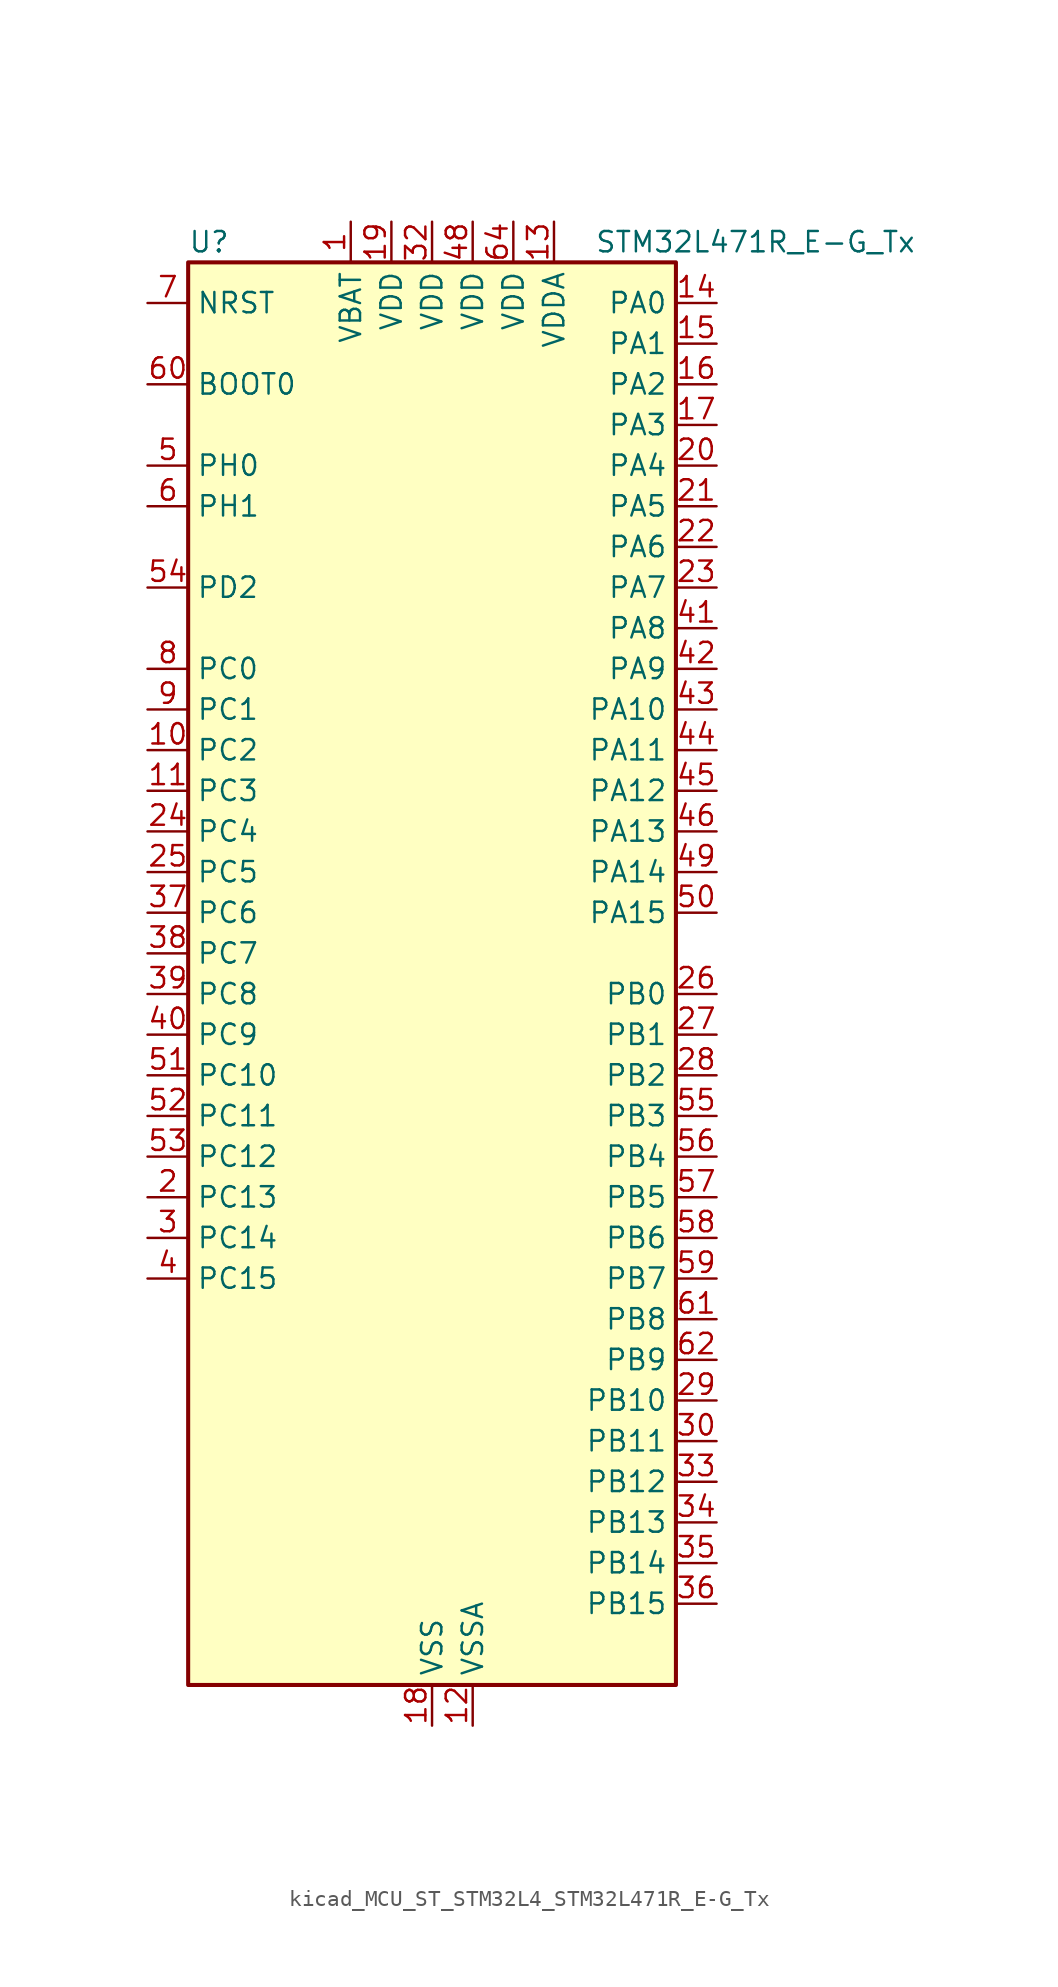
<source format=kicad_sym>
(kicad_symbol_lib
  (version 20220914)
  (generator kicad_symbol_editor)
  (symbol "kicad_MCU_ST_STM32L4_STM32L471R_E-G_Tx"
    (property "Reference" "U"
      (at -15.24 46.99 0)
      (effects (font (size 1.27 1.27)) (justify left)))
    (property "Value" "STM32L471R_E-G_Tx"
      (at 10.16 46.99 0)
      (effects (font (size 1.27 1.27)) (justify left)))
    (property "ki_locked" ""
      (at 0 0 0)
      (effects (font (size 1.27 1.27))))
    (symbol "kicad_MCU_ST_STM32L4_STM32L471R_E-G_Tx_0_1"
      (rectangle (start -15.24 -43.18) (end 15.24 45.72) (stroke (width 0.254) (type default)) (fill (type background))))
    (symbol "kicad_MCU_ST_STM32L4_STM32L471R_E-G_Tx_1_1"
      (pin power_in line (at -5.08 48.26 270) (length 2.54) (name "VBAT" (effects (font (size 1.27 1.27)))) (number "1" (effects (font (size 1.27 1.27)))))
      (pin bidirectional line (at -17.78 15.24 0) (length 2.54) (name "PC2" (effects (font (size 1.27 1.27)))) (number "10" (effects (font (size 1.27 1.27)))) (alternate "ADC1_IN3" bidirectional line) (alternate "ADC2_IN3" bidirectional line) (alternate "ADC3_IN3" bidirectional line) (alternate "DFSDM1_CKOUT" bidirectional line) (alternate "LPTIM1_IN2" bidirectional line) (alternate "SPI2_MISO" bidirectional line))
      (pin bidirectional line (at -17.78 12.7 0) (length 2.54) (name "PC3" (effects (font (size 1.27 1.27)))) (number "11" (effects (font (size 1.27 1.27)))) (alternate "ADC1_IN4" bidirectional line) (alternate "ADC2_IN4" bidirectional line) (alternate "ADC3_IN4" bidirectional line) (alternate "LPTIM1_ETR" bidirectional line) (alternate "LPTIM2_ETR" bidirectional line) (alternate "SAI1_SD_A" bidirectional line) (alternate "SPI2_MOSI" bidirectional line))
      (pin power_in line (at 2.54 -45.72 90) (length 2.54) (name "VSSA" (effects (font (size 1.27 1.27)))) (number "12" (effects (font (size 1.27 1.27)))))
      (pin power_in line (at 7.62 48.26 270) (length 2.54) (name "VDDA" (effects (font (size 1.27 1.27)))) (number "13" (effects (font (size 1.27 1.27)))))
      (pin bidirectional line (at 17.78 43.18 180) (length 2.54) (name "PA0" (effects (font (size 1.27 1.27)))) (number "14" (effects (font (size 1.27 1.27)))) (alternate "ADC1_IN5" bidirectional line) (alternate "ADC2_IN5" bidirectional line) (alternate "OPAMP1_VINP" bidirectional line) (alternate "RTC_TAMP2" bidirectional line) (alternate "SAI1_EXTCLK" bidirectional line) (alternate "SYS_WKUP1" bidirectional line) (alternate "TIM2_CH1" bidirectional line) (alternate "TIM2_ETR" bidirectional line) (alternate "TIM5_CH1" bidirectional line) (alternate "TIM8_ETR" bidirectional line) (alternate "UART4_TX" bidirectional line) (alternate "USART2_CTS" bidirectional line))
      (pin bidirectional line (at 17.78 40.64 180) (length 2.54) (name "PA1" (effects (font (size 1.27 1.27)))) (number "15" (effects (font (size 1.27 1.27)))) (alternate "ADC1_IN6" bidirectional line) (alternate "ADC2_IN6" bidirectional line) (alternate "OPAMP1_VINM" bidirectional line) (alternate "TIM15_CH1N" bidirectional line) (alternate "TIM2_CH2" bidirectional line) (alternate "TIM5_CH2" bidirectional line) (alternate "UART4_RX" bidirectional line) (alternate "USART2_DE" bidirectional line) (alternate "USART2_RTS" bidirectional line))
      (pin bidirectional line (at 17.78 38.1 180) (length 2.54) (name "PA2" (effects (font (size 1.27 1.27)))) (number "16" (effects (font (size 1.27 1.27)))) (alternate "ADC1_IN7" bidirectional line) (alternate "ADC2_IN7" bidirectional line) (alternate "RCC_LSCO" bidirectional line) (alternate "SAI2_EXTCLK" bidirectional line) (alternate "SYS_WKUP4" bidirectional line) (alternate "TIM15_CH1" bidirectional line) (alternate "TIM2_CH3" bidirectional line) (alternate "TIM5_CH3" bidirectional line) (alternate "USART2_TX" bidirectional line))
      (pin bidirectional line (at 17.78 35.56 180) (length 2.54) (name "PA3" (effects (font (size 1.27 1.27)))) (number "17" (effects (font (size 1.27 1.27)))) (alternate "ADC1_IN8" bidirectional line) (alternate "ADC2_IN8" bidirectional line) (alternate "OPAMP1_VOUT" bidirectional line) (alternate "TIM15_CH2" bidirectional line) (alternate "TIM2_CH4" bidirectional line) (alternate "TIM5_CH4" bidirectional line) (alternate "USART2_RX" bidirectional line))
      (pin power_in line (at 0 -45.72 90) (length 2.54) (name "VSS" (effects (font (size 1.27 1.27)))) (number "18" (effects (font (size 1.27 1.27)))))
      (pin power_in line (at -2.54 48.26 270) (length 2.54) (name "VDD" (effects (font (size 1.27 1.27)))) (number "19" (effects (font (size 1.27 1.27)))))
      (pin bidirectional line (at -17.78 -12.7 0) (length 2.54) (name "PC13" (effects (font (size 1.27 1.27)))) (number "2" (effects (font (size 1.27 1.27)))) (alternate "RTC_OUT_ALARM" bidirectional line) (alternate "RTC_OUT_CALIB" bidirectional line) (alternate "RTC_TAMP1" bidirectional line) (alternate "RTC_TS" bidirectional line) (alternate "SYS_WKUP2" bidirectional line))
      (pin bidirectional line (at 17.78 33.02 180) (length 2.54) (name "PA4" (effects (font (size 1.27 1.27)))) (number "20" (effects (font (size 1.27 1.27)))) (alternate "ADC1_IN9" bidirectional line) (alternate "ADC2_IN9" bidirectional line) (alternate "DAC1_OUT1" bidirectional line) (alternate "LPTIM2_OUT" bidirectional line) (alternate "SAI1_FS_B" bidirectional line) (alternate "SPI1_NSS" bidirectional line) (alternate "SPI3_NSS" bidirectional line) (alternate "USART2_CK" bidirectional line))
      (pin bidirectional line (at 17.78 30.48 180) (length 2.54) (name "PA5" (effects (font (size 1.27 1.27)))) (number "21" (effects (font (size 1.27 1.27)))) (alternate "ADC1_IN10" bidirectional line) (alternate "ADC2_IN10" bidirectional line) (alternate "DAC1_OUT2" bidirectional line) (alternate "LPTIM2_ETR" bidirectional line) (alternate "SPI1_SCK" bidirectional line) (alternate "TIM2_CH1" bidirectional line) (alternate "TIM2_ETR" bidirectional line) (alternate "TIM8_CH1N" bidirectional line))
      (pin bidirectional line (at 17.78 27.94 180) (length 2.54) (name "PA6" (effects (font (size 1.27 1.27)))) (number "22" (effects (font (size 1.27 1.27)))) (alternate "ADC1_IN11" bidirectional line) (alternate "ADC2_IN11" bidirectional line) (alternate "OPAMP2_VINP" bidirectional line) (alternate "QUADSPI_BK1_IO3" bidirectional line) (alternate "SPI1_MISO" bidirectional line) (alternate "TIM16_CH1" bidirectional line) (alternate "TIM1_BKIN" bidirectional line) (alternate "TIM1_BKIN_COMP2" bidirectional line) (alternate "TIM3_CH1" bidirectional line) (alternate "TIM8_BKIN" bidirectional line) (alternate "TIM8_BKIN_COMP2" bidirectional line) (alternate "USART3_CTS" bidirectional line))
      (pin bidirectional line (at 17.78 25.4 180) (length 2.54) (name "PA7" (effects (font (size 1.27 1.27)))) (number "23" (effects (font (size 1.27 1.27)))) (alternate "ADC1_IN12" bidirectional line) (alternate "ADC2_IN12" bidirectional line) (alternate "OPAMP2_VINM" bidirectional line) (alternate "QUADSPI_BK1_IO2" bidirectional line) (alternate "SPI1_MOSI" bidirectional line) (alternate "TIM17_CH1" bidirectional line) (alternate "TIM1_CH1N" bidirectional line) (alternate "TIM3_CH2" bidirectional line) (alternate "TIM8_CH1N" bidirectional line))
      (pin bidirectional line (at -17.78 10.16 0) (length 2.54) (name "PC4" (effects (font (size 1.27 1.27)))) (number "24" (effects (font (size 1.27 1.27)))) (alternate "ADC1_IN13" bidirectional line) (alternate "ADC2_IN13" bidirectional line) (alternate "COMP1_INM" bidirectional line) (alternate "USART3_TX" bidirectional line))
      (pin bidirectional line (at -17.78 7.62 0) (length 2.54) (name "PC5" (effects (font (size 1.27 1.27)))) (number "25" (effects (font (size 1.27 1.27)))) (alternate "ADC1_IN14" bidirectional line) (alternate "ADC2_IN14" bidirectional line) (alternate "COMP1_INP" bidirectional line) (alternate "SYS_WKUP5" bidirectional line) (alternate "USART3_RX" bidirectional line))
      (pin bidirectional line (at 17.78 0 180) (length 2.54) (name "PB0" (effects (font (size 1.27 1.27)))) (number "26" (effects (font (size 1.27 1.27)))) (alternate "ADC1_IN15" bidirectional line) (alternate "ADC2_IN15" bidirectional line) (alternate "COMP1_OUT" bidirectional line) (alternate "OPAMP2_VOUT" bidirectional line) (alternate "QUADSPI_BK1_IO1" bidirectional line) (alternate "TIM1_CH2N" bidirectional line) (alternate "TIM3_CH3" bidirectional line) (alternate "TIM8_CH2N" bidirectional line) (alternate "USART3_CK" bidirectional line))
      (pin bidirectional line (at 17.78 -2.54 180) (length 2.54) (name "PB1" (effects (font (size 1.27 1.27)))) (number "27" (effects (font (size 1.27 1.27)))) (alternate "ADC1_IN16" bidirectional line) (alternate "ADC2_IN16" bidirectional line) (alternate "COMP1_INM" bidirectional line) (alternate "DFSDM1_DATIN0" bidirectional line) (alternate "LPTIM2_IN1" bidirectional line) (alternate "QUADSPI_BK1_IO0" bidirectional line) (alternate "TIM1_CH3N" bidirectional line) (alternate "TIM3_CH4" bidirectional line) (alternate "TIM8_CH3N" bidirectional line) (alternate "USART3_DE" bidirectional line) (alternate "USART3_RTS" bidirectional line))
      (pin bidirectional line (at 17.78 -5.08 180) (length 2.54) (name "PB2" (effects (font (size 1.27 1.27)))) (number "28" (effects (font (size 1.27 1.27)))) (alternate "COMP1_INP" bidirectional line) (alternate "DFSDM1_CKIN0" bidirectional line) (alternate "I2C3_SMBA" bidirectional line) (alternate "LPTIM1_OUT" bidirectional line) (alternate "RTC_OUT_ALARM" bidirectional line) (alternate "RTC_OUT_CALIB" bidirectional line))
      (pin bidirectional line (at 17.78 -25.4 180) (length 2.54) (name "PB10" (effects (font (size 1.27 1.27)))) (number "29" (effects (font (size 1.27 1.27)))) (alternate "COMP1_OUT" bidirectional line) (alternate "DFSDM1_DATIN7" bidirectional line) (alternate "I2C2_SCL" bidirectional line) (alternate "LPUART1_RX" bidirectional line) (alternate "QUADSPI_CLK" bidirectional line) (alternate "SAI1_SCK_A" bidirectional line) (alternate "SPI2_SCK" bidirectional line) (alternate "TIM2_CH3" bidirectional line) (alternate "USART3_TX" bidirectional line))
      (pin bidirectional line (at -17.78 -15.24 0) (length 2.54) (name "PC14" (effects (font (size 1.27 1.27)))) (number "3" (effects (font (size 1.27 1.27)))) (alternate "RCC_OSC32_IN" bidirectional line))
      (pin bidirectional line (at 17.78 -27.94 180) (length 2.54) (name "PB11" (effects (font (size 1.27 1.27)))) (number "30" (effects (font (size 1.27 1.27)))) (alternate "ADC1_EXTI11" bidirectional line) (alternate "ADC2_EXTI11" bidirectional line) (alternate "ADC3_EXTI11" bidirectional line) (alternate "COMP2_OUT" bidirectional line) (alternate "DFSDM1_CKIN7" bidirectional line) (alternate "I2C2_SDA" bidirectional line) (alternate "LPUART1_TX" bidirectional line) (alternate "QUADSPI_NCS" bidirectional line) (alternate "TIM2_CH4" bidirectional line) (alternate "USART3_RX" bidirectional line))
      (pin passive line (at 0 -45.72 90) (length 2.54) hide (name "VSS" (effects (font (size 1.27 1.27)))) (number "31" (effects (font (size 1.27 1.27)))))
      (pin power_in line (at 0 48.26 270) (length 2.54) (name "VDD" (effects (font (size 1.27 1.27)))) (number "32" (effects (font (size 1.27 1.27)))))
      (pin bidirectional line (at 17.78 -30.48 180) (length 2.54) (name "PB12" (effects (font (size 1.27 1.27)))) (number "33" (effects (font (size 1.27 1.27)))) (alternate "DFSDM1_DATIN1" bidirectional line) (alternate "I2C2_SMBA" bidirectional line) (alternate "LPUART1_DE" bidirectional line) (alternate "LPUART1_RTS" bidirectional line) (alternate "SAI2_FS_A" bidirectional line) (alternate "SPI2_NSS" bidirectional line) (alternate "SWPMI1_IO" bidirectional line) (alternate "TIM15_BKIN" bidirectional line) (alternate "TIM1_BKIN" bidirectional line) (alternate "TIM1_BKIN_COMP2" bidirectional line) (alternate "TSC_G1_IO1" bidirectional line) (alternate "USART3_CK" bidirectional line))
      (pin bidirectional line (at 17.78 -33.02 180) (length 2.54) (name "PB13" (effects (font (size 1.27 1.27)))) (number "34" (effects (font (size 1.27 1.27)))) (alternate "DFSDM1_CKIN1" bidirectional line) (alternate "I2C2_SCL" bidirectional line) (alternate "LPUART1_CTS" bidirectional line) (alternate "SAI2_SCK_A" bidirectional line) (alternate "SPI2_SCK" bidirectional line) (alternate "SWPMI1_TX" bidirectional line) (alternate "TIM15_CH1N" bidirectional line) (alternate "TIM1_CH1N" bidirectional line) (alternate "TSC_G1_IO2" bidirectional line) (alternate "USART3_CTS" bidirectional line))
      (pin bidirectional line (at 17.78 -35.56 180) (length 2.54) (name "PB14" (effects (font (size 1.27 1.27)))) (number "35" (effects (font (size 1.27 1.27)))) (alternate "DFSDM1_DATIN2" bidirectional line) (alternate "I2C2_SDA" bidirectional line) (alternate "SAI2_MCLK_A" bidirectional line) (alternate "SPI2_MISO" bidirectional line) (alternate "SWPMI1_RX" bidirectional line) (alternate "TIM15_CH1" bidirectional line) (alternate "TIM1_CH2N" bidirectional line) (alternate "TIM8_CH2N" bidirectional line) (alternate "TSC_G1_IO3" bidirectional line) (alternate "USART3_DE" bidirectional line) (alternate "USART3_RTS" bidirectional line))
      (pin bidirectional line (at 17.78 -38.1 180) (length 2.54) (name "PB15" (effects (font (size 1.27 1.27)))) (number "36" (effects (font (size 1.27 1.27)))) (alternate "ADC1_EXTI15" bidirectional line) (alternate "ADC2_EXTI15" bidirectional line) (alternate "ADC3_EXTI15" bidirectional line) (alternate "DFSDM1_CKIN2" bidirectional line) (alternate "RTC_REFIN" bidirectional line) (alternate "SAI2_SD_A" bidirectional line) (alternate "SPI2_MOSI" bidirectional line) (alternate "SWPMI1_SUSPEND" bidirectional line) (alternate "TIM15_CH2" bidirectional line) (alternate "TIM1_CH3N" bidirectional line) (alternate "TIM8_CH3N" bidirectional line) (alternate "TSC_G1_IO4" bidirectional line))
      (pin bidirectional line (at -17.78 5.08 0) (length 2.54) (name "PC6" (effects (font (size 1.27 1.27)))) (number "37" (effects (font (size 1.27 1.27)))) (alternate "DFSDM1_CKIN3" bidirectional line) (alternate "SAI2_MCLK_A" bidirectional line) (alternate "SDMMC1_D6" bidirectional line) (alternate "TIM3_CH1" bidirectional line) (alternate "TIM8_CH1" bidirectional line) (alternate "TSC_G4_IO1" bidirectional line))
      (pin bidirectional line (at -17.78 2.54 0) (length 2.54) (name "PC7" (effects (font (size 1.27 1.27)))) (number "38" (effects (font (size 1.27 1.27)))) (alternate "DFSDM1_DATIN3" bidirectional line) (alternate "SAI2_MCLK_B" bidirectional line) (alternate "SDMMC1_D7" bidirectional line) (alternate "TIM3_CH2" bidirectional line) (alternate "TIM8_CH2" bidirectional line) (alternate "TSC_G4_IO2" bidirectional line))
      (pin bidirectional line (at -17.78 0 0) (length 2.54) (name "PC8" (effects (font (size 1.27 1.27)))) (number "39" (effects (font (size 1.27 1.27)))) (alternate "SDMMC1_D0" bidirectional line) (alternate "TIM3_CH3" bidirectional line) (alternate "TIM8_CH3" bidirectional line) (alternate "TSC_G4_IO3" bidirectional line))
      (pin bidirectional line (at -17.78 -17.78 0) (length 2.54) (name "PC15" (effects (font (size 1.27 1.27)))) (number "4" (effects (font (size 1.27 1.27)))) (alternate "ADC1_EXTI15" bidirectional line) (alternate "ADC2_EXTI15" bidirectional line) (alternate "ADC3_EXTI15" bidirectional line) (alternate "RCC_OSC32_OUT" bidirectional line))
      (pin bidirectional line (at -17.78 -2.54 0) (length 2.54) (name "PC9" (effects (font (size 1.27 1.27)))) (number "40" (effects (font (size 1.27 1.27)))) (alternate "DAC1_EXTI9" bidirectional line) (alternate "SAI2_EXTCLK" bidirectional line) (alternate "SDMMC1_D1" bidirectional line) (alternate "TIM3_CH4" bidirectional line) (alternate "TIM8_BKIN2" bidirectional line) (alternate "TIM8_BKIN2_COMP1" bidirectional line) (alternate "TIM8_CH4" bidirectional line) (alternate "TSC_G4_IO4" bidirectional line))
      (pin bidirectional line (at 17.78 22.86 180) (length 2.54) (name "PA8" (effects (font (size 1.27 1.27)))) (number "41" (effects (font (size 1.27 1.27)))) (alternate "LPTIM2_OUT" bidirectional line) (alternate "RCC_MCO" bidirectional line) (alternate "TIM1_CH1" bidirectional line) (alternate "USART1_CK" bidirectional line))
      (pin bidirectional line (at 17.78 20.32 180) (length 2.54) (name "PA9" (effects (font (size 1.27 1.27)))) (number "42" (effects (font (size 1.27 1.27)))) (alternate "DAC1_EXTI9" bidirectional line) (alternate "TIM15_BKIN" bidirectional line) (alternate "TIM1_CH2" bidirectional line) (alternate "USART1_TX" bidirectional line))
      (pin bidirectional line (at 17.78 17.78 180) (length 2.54) (name "PA10" (effects (font (size 1.27 1.27)))) (number "43" (effects (font (size 1.27 1.27)))) (alternate "TIM17_BKIN" bidirectional line) (alternate "TIM1_CH3" bidirectional line) (alternate "USART1_RX" bidirectional line))
      (pin bidirectional line (at 17.78 15.24 180) (length 2.54) (name "PA11" (effects (font (size 1.27 1.27)))) (number "44" (effects (font (size 1.27 1.27)))) (alternate "ADC1_EXTI11" bidirectional line) (alternate "ADC2_EXTI11" bidirectional line) (alternate "ADC3_EXTI11" bidirectional line) (alternate "CAN1_RX" bidirectional line) (alternate "TIM1_BKIN2" bidirectional line) (alternate "TIM1_BKIN2_COMP1" bidirectional line) (alternate "TIM1_CH4" bidirectional line) (alternate "USART1_CTS" bidirectional line))
      (pin bidirectional line (at 17.78 12.7 180) (length 2.54) (name "PA12" (effects (font (size 1.27 1.27)))) (number "45" (effects (font (size 1.27 1.27)))) (alternate "CAN1_TX" bidirectional line) (alternate "TIM1_ETR" bidirectional line) (alternate "USART1_DE" bidirectional line) (alternate "USART1_RTS" bidirectional line))
      (pin bidirectional line (at 17.78 10.16 180) (length 2.54) (name "PA13" (effects (font (size 1.27 1.27)))) (number "46" (effects (font (size 1.27 1.27)))) (alternate "IR_OUT" bidirectional line) (alternate "SYS_JTMS-SWDIO" bidirectional line))
      (pin passive line (at 0 -45.72 90) (length 2.54) hide (name "VSS" (effects (font (size 1.27 1.27)))) (number "47" (effects (font (size 1.27 1.27)))))
      (pin power_in line (at 2.54 48.26 270) (length 2.54) (name "VDD" (effects (font (size 1.27 1.27)))) (number "48" (effects (font (size 1.27 1.27)))))
      (pin bidirectional line (at 17.78 7.62 180) (length 2.54) (name "PA14" (effects (font (size 1.27 1.27)))) (number "49" (effects (font (size 1.27 1.27)))) (alternate "SYS_JTCK-SWCLK" bidirectional line))
      (pin bidirectional line (at -17.78 33.02 0) (length 2.54) (name "PH0" (effects (font (size 1.27 1.27)))) (number "5" (effects (font (size 1.27 1.27)))) (alternate "RCC_OSC_IN" bidirectional line))
      (pin bidirectional line (at 17.78 5.08 180) (length 2.54) (name "PA15" (effects (font (size 1.27 1.27)))) (number "50" (effects (font (size 1.27 1.27)))) (alternate "ADC1_EXTI15" bidirectional line) (alternate "ADC2_EXTI15" bidirectional line) (alternate "ADC3_EXTI15" bidirectional line) (alternate "SAI2_FS_B" bidirectional line) (alternate "SPI1_NSS" bidirectional line) (alternate "SPI3_NSS" bidirectional line) (alternate "SYS_JTDI" bidirectional line) (alternate "TIM2_CH1" bidirectional line) (alternate "TIM2_ETR" bidirectional line) (alternate "TSC_G3_IO1" bidirectional line) (alternate "UART4_DE" bidirectional line) (alternate "UART4_RTS" bidirectional line))
      (pin bidirectional line (at -17.78 -5.08 0) (length 2.54) (name "PC10" (effects (font (size 1.27 1.27)))) (number "51" (effects (font (size 1.27 1.27)))) (alternate "SAI2_SCK_B" bidirectional line) (alternate "SDMMC1_D2" bidirectional line) (alternate "SPI3_SCK" bidirectional line) (alternate "TSC_G3_IO2" bidirectional line) (alternate "UART4_TX" bidirectional line) (alternate "USART3_TX" bidirectional line))
      (pin bidirectional line (at -17.78 -7.62 0) (length 2.54) (name "PC11" (effects (font (size 1.27 1.27)))) (number "52" (effects (font (size 1.27 1.27)))) (alternate "ADC1_EXTI11" bidirectional line) (alternate "ADC2_EXTI11" bidirectional line) (alternate "ADC3_EXTI11" bidirectional line) (alternate "SAI2_MCLK_B" bidirectional line) (alternate "SDMMC1_D3" bidirectional line) (alternate "SPI3_MISO" bidirectional line) (alternate "TSC_G3_IO3" bidirectional line) (alternate "UART4_RX" bidirectional line) (alternate "USART3_RX" bidirectional line))
      (pin bidirectional line (at -17.78 -10.16 0) (length 2.54) (name "PC12" (effects (font (size 1.27 1.27)))) (number "53" (effects (font (size 1.27 1.27)))) (alternate "SAI2_SD_B" bidirectional line) (alternate "SDMMC1_CK" bidirectional line) (alternate "SPI3_MOSI" bidirectional line) (alternate "TSC_G3_IO4" bidirectional line) (alternate "UART5_TX" bidirectional line) (alternate "USART3_CK" bidirectional line))
      (pin bidirectional line (at -17.78 25.4 0) (length 2.54) (name "PD2" (effects (font (size 1.27 1.27)))) (number "54" (effects (font (size 1.27 1.27)))) (alternate "SDMMC1_CMD" bidirectional line) (alternate "TIM3_ETR" bidirectional line) (alternate "TSC_SYNC" bidirectional line) (alternate "UART5_RX" bidirectional line) (alternate "USART3_DE" bidirectional line) (alternate "USART3_RTS" bidirectional line))
      (pin bidirectional line (at 17.78 -7.62 180) (length 2.54) (name "PB3" (effects (font (size 1.27 1.27)))) (number "55" (effects (font (size 1.27 1.27)))) (alternate "COMP2_INM" bidirectional line) (alternate "SAI1_SCK_B" bidirectional line) (alternate "SPI1_SCK" bidirectional line) (alternate "SPI3_SCK" bidirectional line) (alternate "SYS_JTDO-SWO" bidirectional line) (alternate "TIM2_CH2" bidirectional line) (alternate "USART1_DE" bidirectional line) (alternate "USART1_RTS" bidirectional line))
      (pin bidirectional line (at 17.78 -10.16 180) (length 2.54) (name "PB4" (effects (font (size 1.27 1.27)))) (number "56" (effects (font (size 1.27 1.27)))) (alternate "COMP2_INP" bidirectional line) (alternate "SAI1_MCLK_B" bidirectional line) (alternate "SPI1_MISO" bidirectional line) (alternate "SPI3_MISO" bidirectional line) (alternate "SYS_JTRST" bidirectional line) (alternate "TIM17_BKIN" bidirectional line) (alternate "TIM3_CH1" bidirectional line) (alternate "TSC_G2_IO1" bidirectional line) (alternate "UART5_DE" bidirectional line) (alternate "UART5_RTS" bidirectional line) (alternate "USART1_CTS" bidirectional line))
      (pin bidirectional line (at 17.78 -12.7 180) (length 2.54) (name "PB5" (effects (font (size 1.27 1.27)))) (number "57" (effects (font (size 1.27 1.27)))) (alternate "COMP2_OUT" bidirectional line) (alternate "I2C1_SMBA" bidirectional line) (alternate "LPTIM1_IN1" bidirectional line) (alternate "SAI1_SD_B" bidirectional line) (alternate "SPI1_MOSI" bidirectional line) (alternate "SPI3_MOSI" bidirectional line) (alternate "TIM16_BKIN" bidirectional line) (alternate "TIM3_CH2" bidirectional line) (alternate "TSC_G2_IO2" bidirectional line) (alternate "UART5_CTS" bidirectional line) (alternate "USART1_CK" bidirectional line))
      (pin bidirectional line (at 17.78 -15.24 180) (length 2.54) (name "PB6" (effects (font (size 1.27 1.27)))) (number "58" (effects (font (size 1.27 1.27)))) (alternate "COMP2_INP" bidirectional line) (alternate "DFSDM1_DATIN5" bidirectional line) (alternate "I2C1_SCL" bidirectional line) (alternate "LPTIM1_ETR" bidirectional line) (alternate "SAI1_FS_B" bidirectional line) (alternate "TIM16_CH1N" bidirectional line) (alternate "TIM4_CH1" bidirectional line) (alternate "TIM8_BKIN2" bidirectional line) (alternate "TIM8_BKIN2_COMP2" bidirectional line) (alternate "TSC_G2_IO3" bidirectional line) (alternate "USART1_TX" bidirectional line))
      (pin bidirectional line (at 17.78 -17.78 180) (length 2.54) (name "PB7" (effects (font (size 1.27 1.27)))) (number "59" (effects (font (size 1.27 1.27)))) (alternate "COMP2_INM" bidirectional line) (alternate "DFSDM1_CKIN5" bidirectional line) (alternate "I2C1_SDA" bidirectional line) (alternate "LPTIM1_IN2" bidirectional line) (alternate "SYS_PVD_IN" bidirectional line) (alternate "TIM17_CH1N" bidirectional line) (alternate "TIM4_CH2" bidirectional line) (alternate "TIM8_BKIN" bidirectional line) (alternate "TIM8_BKIN_COMP1" bidirectional line) (alternate "TSC_G2_IO4" bidirectional line) (alternate "UART4_CTS" bidirectional line) (alternate "USART1_RX" bidirectional line))
      (pin bidirectional line (at -17.78 30.48 0) (length 2.54) (name "PH1" (effects (font (size 1.27 1.27)))) (number "6" (effects (font (size 1.27 1.27)))) (alternate "RCC_OSC_OUT" bidirectional line))
      (pin input line (at -17.78 38.1 0) (length 2.54) (name "BOOT0" (effects (font (size 1.27 1.27)))) (number "60" (effects (font (size 1.27 1.27)))))
      (pin bidirectional line (at 17.78 -20.32 180) (length 2.54) (name "PB8" (effects (font (size 1.27 1.27)))) (number "61" (effects (font (size 1.27 1.27)))) (alternate "CAN1_RX" bidirectional line) (alternate "DFSDM1_DATIN6" bidirectional line) (alternate "I2C1_SCL" bidirectional line) (alternate "SAI1_MCLK_A" bidirectional line) (alternate "SDMMC1_D4" bidirectional line) (alternate "TIM16_CH1" bidirectional line) (alternate "TIM4_CH3" bidirectional line))
      (pin bidirectional line (at 17.78 -22.86 180) (length 2.54) (name "PB9" (effects (font (size 1.27 1.27)))) (number "62" (effects (font (size 1.27 1.27)))) (alternate "CAN1_TX" bidirectional line) (alternate "DAC1_EXTI9" bidirectional line) (alternate "DFSDM1_CKIN6" bidirectional line) (alternate "I2C1_SDA" bidirectional line) (alternate "IR_OUT" bidirectional line) (alternate "SAI1_FS_A" bidirectional line) (alternate "SDMMC1_D5" bidirectional line) (alternate "SPI2_NSS" bidirectional line) (alternate "TIM17_CH1" bidirectional line) (alternate "TIM4_CH4" bidirectional line))
      (pin passive line (at 0 -45.72 90) (length 2.54) hide (name "VSS" (effects (font (size 1.27 1.27)))) (number "63" (effects (font (size 1.27 1.27)))))
      (pin power_in line (at 5.08 48.26 270) (length 2.54) (name "VDD" (effects (font (size 1.27 1.27)))) (number "64" (effects (font (size 1.27 1.27)))))
      (pin input line (at -17.78 43.18 0) (length 2.54) (name "NRST" (effects (font (size 1.27 1.27)))) (number "7" (effects (font (size 1.27 1.27)))))
      (pin bidirectional line (at -17.78 20.32 0) (length 2.54) (name "PC0" (effects (font (size 1.27 1.27)))) (number "8" (effects (font (size 1.27 1.27)))) (alternate "ADC1_IN1" bidirectional line) (alternate "ADC2_IN1" bidirectional line) (alternate "ADC3_IN1" bidirectional line) (alternate "DFSDM1_DATIN4" bidirectional line) (alternate "I2C3_SCL" bidirectional line) (alternate "LPTIM1_IN1" bidirectional line) (alternate "LPTIM2_IN1" bidirectional line) (alternate "LPUART1_RX" bidirectional line))
      (pin bidirectional line (at -17.78 17.78 0) (length 2.54) (name "PC1" (effects (font (size 1.27 1.27)))) (number "9" (effects (font (size 1.27 1.27)))) (alternate "ADC1_IN2" bidirectional line) (alternate "ADC2_IN2" bidirectional line) (alternate "ADC3_IN2" bidirectional line) (alternate "DFSDM1_CKIN4" bidirectional line) (alternate "I2C3_SDA" bidirectional line) (alternate "LPTIM1_OUT" bidirectional line) (alternate "LPUART1_TX" bidirectional line)))))
</source>
